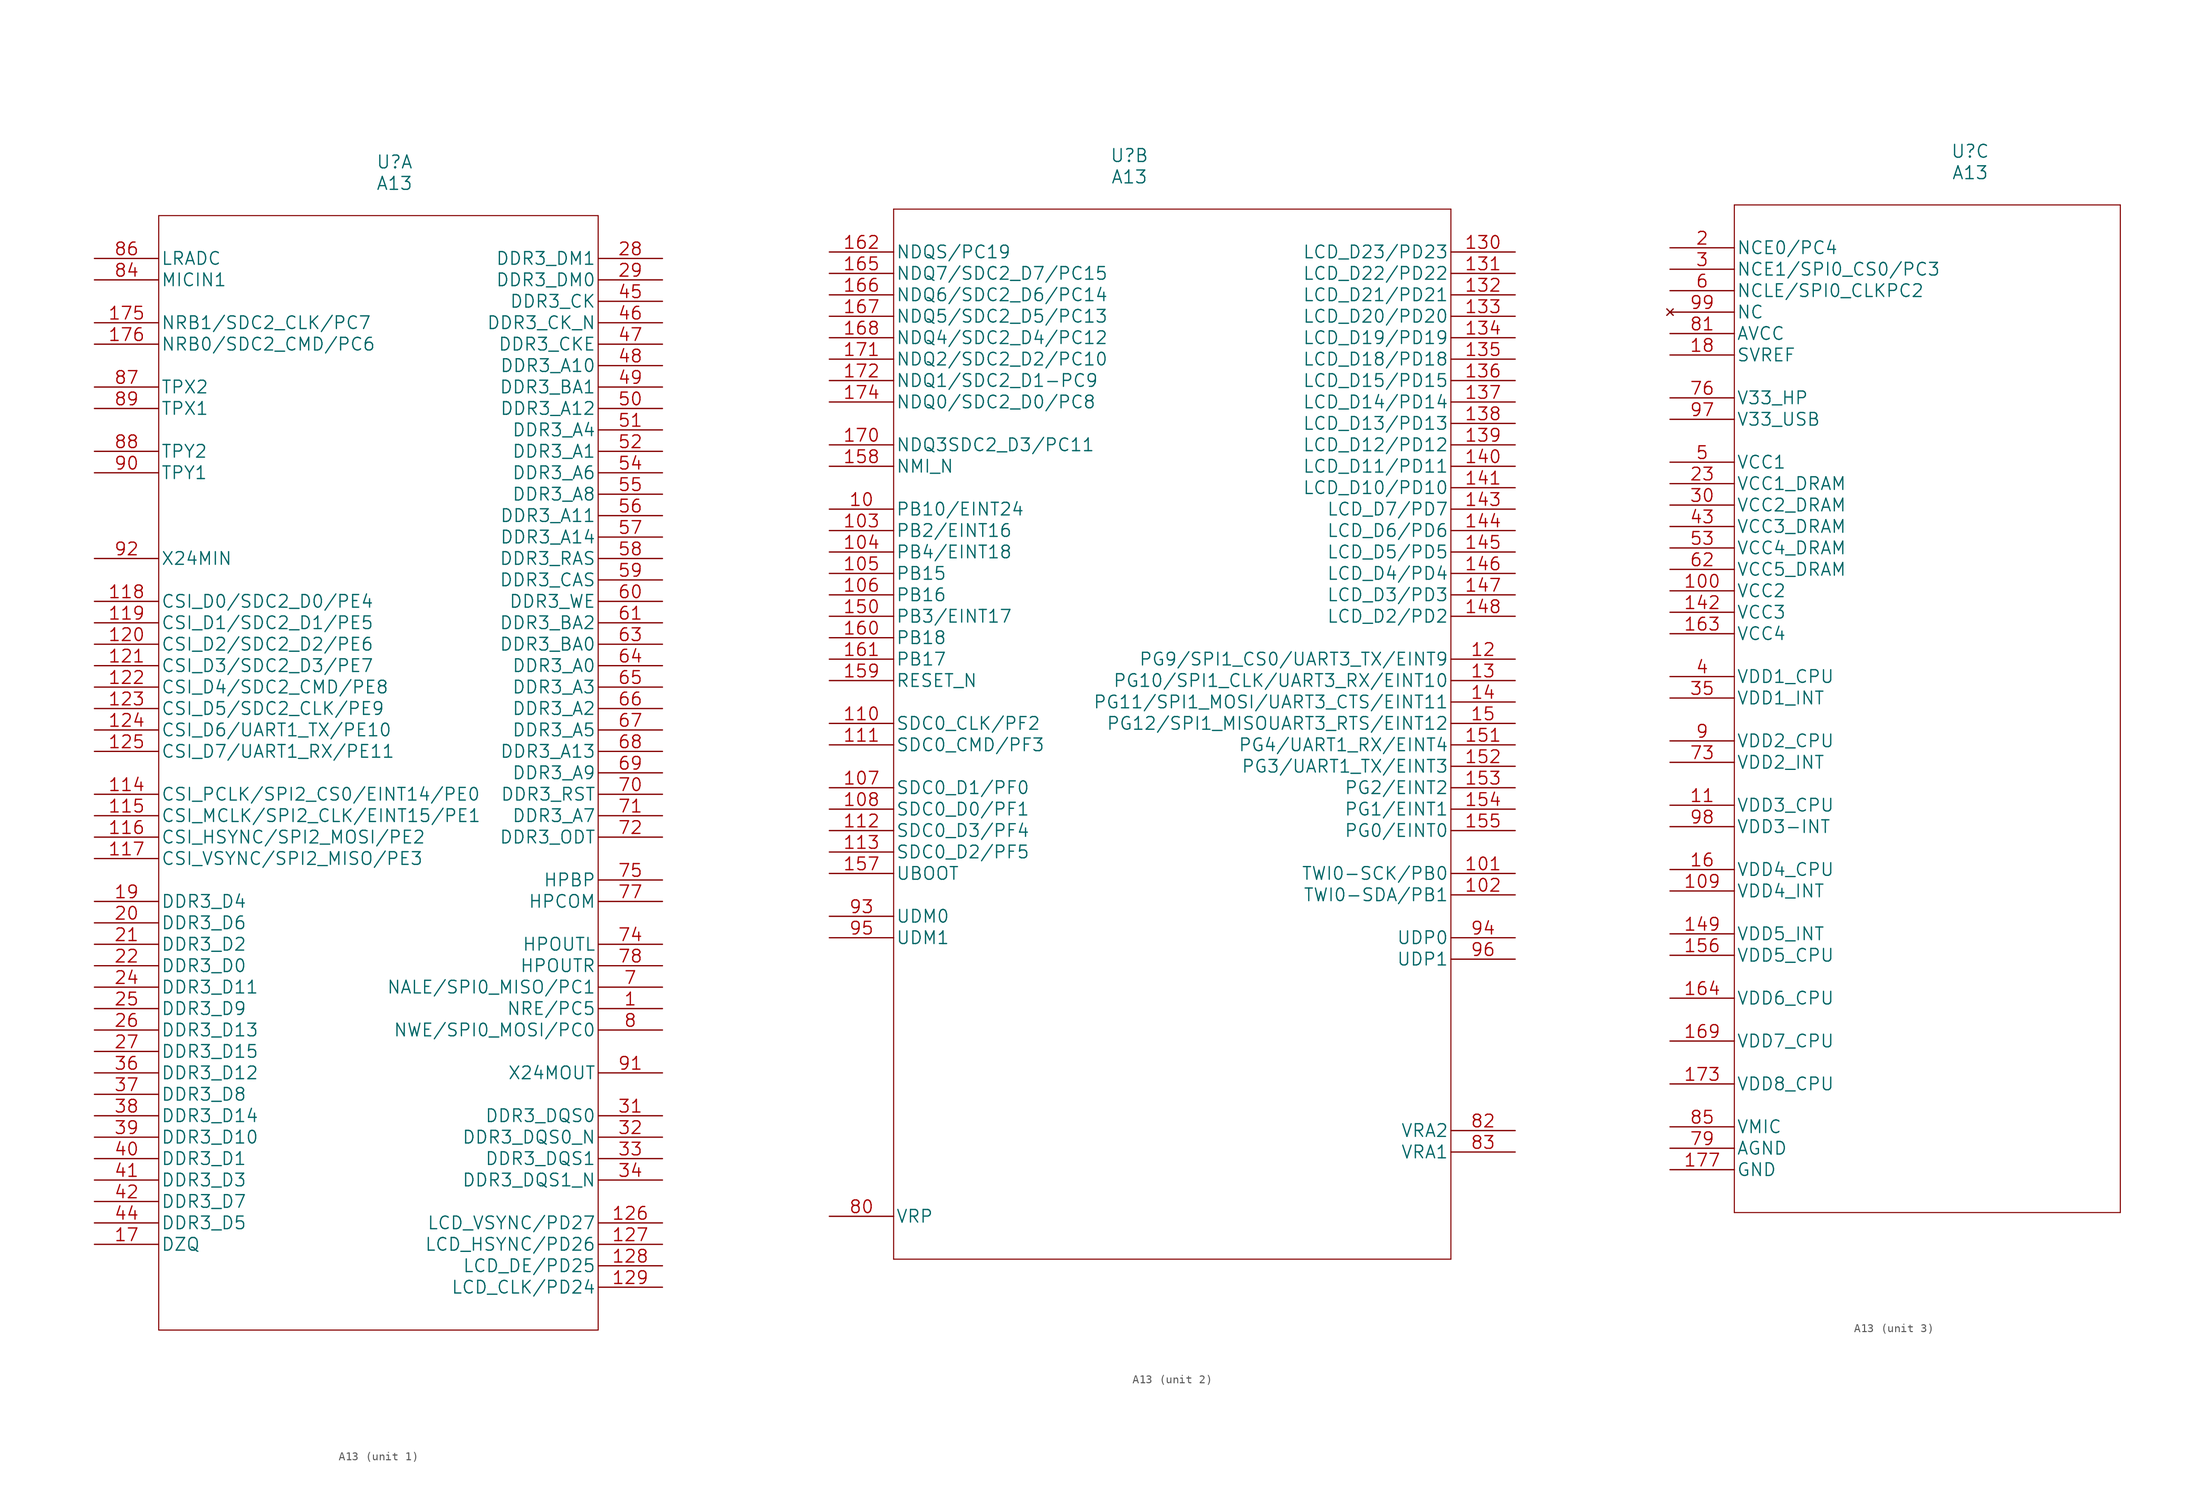
<source format=kicad_sym>
(kicad_symbol_lib
  (version 20201005)
  (generator kicad_symbol_editor)
  (symbol "a13_func:A13"
    (pin_names
      (offset 0.254))
    (property "Reference" "U"
      (at 35.56 11.43 0)
      (effects (font (size 1.524 1.524))))
    (property "Value" "A13"
      (at 35.56 8.89 0)
      (effects (font (size 1.524 1.524))))
    (property "Datasheet" ""
      (at 0 0 0)
      (effects (font (size 1.524 1.524))))
    (property "ki_locked" ""
      (at 0 0 0)
      (effects (font (size 1.27 1.27))))
    (symbol "A13_1_1"
      (polyline (pts (xy 7.62 -127) (xy 59.69 -127)) (stroke (width 0.127)) (fill (type none)))
      (polyline (pts (xy 7.62 5.08) (xy 7.62 -127)) (stroke (width 0.127)) (fill (type none)))
      (polyline (pts (xy 59.69 -127) (xy 59.69 5.08)) (stroke (width 0.127)) (fill (type none)))
      (polyline (pts (xy 59.69 5.08) (xy 7.62 5.08)) (stroke (width 0.127)) (fill (type none)))
      (pin output line (at 67.31 -88.9 180) (length 7.62) (name "NRE/PC5" (effects (font (size 1.499 1.499)))) (number "1" (effects (font (size 1.499 1.499)))))
      (pin bidirectional line (at 0 -63.5 0) (length 7.62) (name "CSI_PCLK/SPI2_CS0/EINT14/PE0" (effects (font (size 1.499 1.499)))) (number "114" (effects (font (size 1.499 1.499)))))
      (pin bidirectional line (at 0 -66.04 0) (length 7.62) (name "CSI_MCLK/SPI2_CLK/EINT15/PE1" (effects (font (size 1.499 1.499)))) (number "115" (effects (font (size 1.499 1.499)))))
      (pin bidirectional line (at 0 -68.58 0) (length 7.62) (name "CSI_HSYNC/SPI2_MOSI/PE2" (effects (font (size 1.499 1.499)))) (number "116" (effects (font (size 1.499 1.499)))))
      (pin bidirectional line (at 0 -71.12 0) (length 7.62) (name "CSI_VSYNC/SPI2_MISO/PE3" (effects (font (size 1.499 1.499)))) (number "117" (effects (font (size 1.499 1.499)))))
      (pin bidirectional line (at 0 -40.64 0) (length 7.62) (name "CSI_D0/SDC2_D0/PE4" (effects (font (size 1.499 1.499)))) (number "118" (effects (font (size 1.499 1.499)))))
      (pin bidirectional line (at 0 -43.18 0) (length 7.62) (name "CSI_D1/SDC2_D1/PE5" (effects (font (size 1.499 1.499)))) (number "119" (effects (font (size 1.499 1.499)))))
      (pin bidirectional line (at 0 -45.72 0) (length 7.62) (name "CSI_D2/SDC2_D2/PE6" (effects (font (size 1.499 1.499)))) (number "120" (effects (font (size 1.499 1.499)))))
      (pin bidirectional line (at 0 -48.26 0) (length 7.62) (name "CSI_D3/SDC2_D3/PE7" (effects (font (size 1.499 1.499)))) (number "121" (effects (font (size 1.499 1.499)))))
      (pin bidirectional line (at 0 -50.8 0) (length 7.62) (name "CSI_D4/SDC2_CMD/PE8" (effects (font (size 1.499 1.499)))) (number "122" (effects (font (size 1.499 1.499)))))
      (pin bidirectional line (at 0 -53.34 0) (length 7.62) (name "CSI_D5/SDC2_CLK/PE9" (effects (font (size 1.499 1.499)))) (number "123" (effects (font (size 1.499 1.499)))))
      (pin bidirectional line (at 0 -55.88 0) (length 7.62) (name "CSI_D6/UART1_TX/PE10" (effects (font (size 1.499 1.499)))) (number "124" (effects (font (size 1.499 1.499)))))
      (pin bidirectional line (at 0 -58.42 0) (length 7.62) (name "CSI_D7/UART1_RX/PE11" (effects (font (size 1.499 1.499)))) (number "125" (effects (font (size 1.499 1.499)))))
      (pin bidirectional line (at 67.31 -114.3 180) (length 7.62) (name "LCD_VSYNC/PD27" (effects (font (size 1.499 1.499)))) (number "126" (effects (font (size 1.499 1.499)))))
      (pin bidirectional line (at 67.31 -116.84 180) (length 7.62) (name "LCD_HSYNC/PD26" (effects (font (size 1.499 1.499)))) (number "127" (effects (font (size 1.499 1.499)))))
      (pin bidirectional line (at 67.31 -119.38 180) (length 7.62) (name "LCD_DE/PD25" (effects (font (size 1.499 1.499)))) (number "128" (effects (font (size 1.499 1.499)))))
      (pin bidirectional line (at 67.31 -121.92 180) (length 7.62) (name "LCD_CLK/PD24" (effects (font (size 1.499 1.499)))) (number "129" (effects (font (size 1.499 1.499)))))
      (pin unspecified line (at 0 -116.84 0) (length 7.62) (name "DZQ" (effects (font (size 1.499 1.499)))) (number "17" (effects (font (size 1.499 1.499)))))
      (pin input line (at 0 -7.62 0) (length 7.62) (name "NRB1/SDC2_CLK/PC7" (effects (font (size 1.499 1.499)))) (number "175" (effects (font (size 1.499 1.499)))))
      (pin input line (at 0 -10.16 0) (length 7.62) (name "NRB0/SDC2_CMD/PC6" (effects (font (size 1.499 1.499)))) (number "176" (effects (font (size 1.499 1.499)))))
      (pin bidirectional line (at 0 -76.2 0) (length 7.62) (name "DDR3_D4" (effects (font (size 1.499 1.499)))) (number "19" (effects (font (size 1.499 1.499)))))
      (pin bidirectional line (at 0 -78.74 0) (length 7.62) (name "DDR3_D6" (effects (font (size 1.499 1.499)))) (number "20" (effects (font (size 1.499 1.499)))))
      (pin bidirectional line (at 0 -81.28 0) (length 7.62) (name "DDR3_D2" (effects (font (size 1.499 1.499)))) (number "21" (effects (font (size 1.499 1.499)))))
      (pin bidirectional line (at 0 -83.82 0) (length 7.62) (name "DDR3_D0" (effects (font (size 1.499 1.499)))) (number "22" (effects (font (size 1.499 1.499)))))
      (pin bidirectional line (at 0 -86.36 0) (length 7.62) (name "DDR3_D11" (effects (font (size 1.499 1.499)))) (number "24" (effects (font (size 1.499 1.499)))))
      (pin bidirectional line (at 0 -88.9 0) (length 7.62) (name "DDR3_D9" (effects (font (size 1.499 1.499)))) (number "25" (effects (font (size 1.499 1.499)))))
      (pin bidirectional line (at 0 -91.44 0) (length 7.62) (name "DDR3_D13" (effects (font (size 1.499 1.499)))) (number "26" (effects (font (size 1.499 1.499)))))
      (pin bidirectional line (at 0 -93.98 0) (length 7.62) (name "DDR3_D15" (effects (font (size 1.499 1.499)))) (number "27" (effects (font (size 1.499 1.499)))))
      (pin output line (at 67.31 0 180) (length 7.62) (name "DDR3_DM1" (effects (font (size 1.499 1.499)))) (number "28" (effects (font (size 1.499 1.499)))))
      (pin output line (at 67.31 -2.54 180) (length 7.62) (name "DDR3_DM0" (effects (font (size 1.499 1.499)))) (number "29" (effects (font (size 1.499 1.499)))))
      (pin bidirectional line (at 67.31 -101.6 180) (length 7.62) (name "DDR3_DQS0" (effects (font (size 1.499 1.499)))) (number "31" (effects (font (size 1.499 1.499)))))
      (pin bidirectional line (at 67.31 -104.14 180) (length 7.62) (name "DDR3_DQS0_N" (effects (font (size 1.499 1.499)))) (number "32" (effects (font (size 1.499 1.499)))))
      (pin bidirectional line (at 67.31 -106.68 180) (length 7.62) (name "DDR3_DQS1" (effects (font (size 1.499 1.499)))) (number "33" (effects (font (size 1.499 1.499)))))
      (pin bidirectional line (at 67.31 -109.22 180) (length 7.62) (name "DDR3_DQS1_N" (effects (font (size 1.499 1.499)))) (number "34" (effects (font (size 1.499 1.499)))))
      (pin bidirectional line (at 0 -96.52 0) (length 7.62) (name "DDR3_D12" (effects (font (size 1.499 1.499)))) (number "36" (effects (font (size 1.499 1.499)))))
      (pin bidirectional line (at 0 -99.06 0) (length 7.62) (name "DDR3_D8" (effects (font (size 1.499 1.499)))) (number "37" (effects (font (size 1.499 1.499)))))
      (pin bidirectional line (at 0 -101.6 0) (length 7.62) (name "DDR3_D14" (effects (font (size 1.499 1.499)))) (number "38" (effects (font (size 1.499 1.499)))))
      (pin bidirectional line (at 0 -104.14 0) (length 7.62) (name "DDR3_D10" (effects (font (size 1.499 1.499)))) (number "39" (effects (font (size 1.499 1.499)))))
      (pin bidirectional line (at 0 -106.68 0) (length 7.62) (name "DDR3_D1" (effects (font (size 1.499 1.499)))) (number "40" (effects (font (size 1.499 1.499)))))
      (pin bidirectional line (at 0 -109.22 0) (length 7.62) (name "DDR3_D3" (effects (font (size 1.499 1.499)))) (number "41" (effects (font (size 1.499 1.499)))))
      (pin bidirectional line (at 0 -111.76 0) (length 7.62) (name "DDR3_D7" (effects (font (size 1.499 1.499)))) (number "42" (effects (font (size 1.499 1.499)))))
      (pin bidirectional line (at 0 -114.3 0) (length 7.62) (name "DDR3_D5" (effects (font (size 1.499 1.499)))) (number "44" (effects (font (size 1.499 1.499)))))
      (pin output line (at 67.31 -5.08 180) (length 7.62) (name "DDR3_CK" (effects (font (size 1.499 1.499)))) (number "45" (effects (font (size 1.499 1.499)))))
      (pin output line (at 67.31 -7.62 180) (length 7.62) (name "DDR3_CK_N" (effects (font (size 1.499 1.499)))) (number "46" (effects (font (size 1.499 1.499)))))
      (pin output line (at 67.31 -10.16 180) (length 7.62) (name "DDR3_CKE" (effects (font (size 1.499 1.499)))) (number "47" (effects (font (size 1.499 1.499)))))
      (pin output line (at 67.31 -12.7 180) (length 7.62) (name "DDR3_A10" (effects (font (size 1.499 1.499)))) (number "48" (effects (font (size 1.499 1.499)))))
      (pin output line (at 67.31 -15.24 180) (length 7.62) (name "DDR3_BA1" (effects (font (size 1.499 1.499)))) (number "49" (effects (font (size 1.499 1.499)))))
      (pin output line (at 67.31 -17.78 180) (length 7.62) (name "DDR3_A12" (effects (font (size 1.499 1.499)))) (number "50" (effects (font (size 1.499 1.499)))))
      (pin output line (at 67.31 -20.32 180) (length 7.62) (name "DDR3_A4" (effects (font (size 1.499 1.499)))) (number "51" (effects (font (size 1.499 1.499)))))
      (pin output line (at 67.31 -22.86 180) (length 7.62) (name "DDR3_A1" (effects (font (size 1.499 1.499)))) (number "52" (effects (font (size 1.499 1.499)))))
      (pin output line (at 67.31 -25.4 180) (length 7.62) (name "DDR3_A6" (effects (font (size 1.499 1.499)))) (number "54" (effects (font (size 1.499 1.499)))))
      (pin output line (at 67.31 -27.94 180) (length 7.62) (name "DDR3_A8" (effects (font (size 1.499 1.499)))) (number "55" (effects (font (size 1.499 1.499)))))
      (pin output line (at 67.31 -30.48 180) (length 7.62) (name "DDR3_A11" (effects (font (size 1.499 1.499)))) (number "56" (effects (font (size 1.499 1.499)))))
      (pin output line (at 67.31 -33.02 180) (length 7.62) (name "DDR3_A14" (effects (font (size 1.499 1.499)))) (number "57" (effects (font (size 1.499 1.499)))))
      (pin output line (at 67.31 -35.56 180) (length 7.62) (name "DDR3_RAS" (effects (font (size 1.499 1.499)))) (number "58" (effects (font (size 1.499 1.499)))))
      (pin output line (at 67.31 -38.1 180) (length 7.62) (name "DDR3_CAS" (effects (font (size 1.499 1.499)))) (number "59" (effects (font (size 1.499 1.499)))))
      (pin output line (at 67.31 -40.64 180) (length 7.62) (name "DDR3_WE" (effects (font (size 1.499 1.499)))) (number "60" (effects (font (size 1.499 1.499)))))
      (pin output line (at 67.31 -43.18 180) (length 7.62) (name "DDR3_BA2" (effects (font (size 1.499 1.499)))) (number "61" (effects (font (size 1.499 1.499)))))
      (pin output line (at 67.31 -45.72 180) (length 7.62) (name "DDR3_BA0" (effects (font (size 1.499 1.499)))) (number "63" (effects (font (size 1.499 1.499)))))
      (pin output line (at 67.31 -48.26 180) (length 7.62) (name "DDR3_A0" (effects (font (size 1.499 1.499)))) (number "64" (effects (font (size 1.499 1.499)))))
      (pin output line (at 67.31 -50.8 180) (length 7.62) (name "DDR3_A3" (effects (font (size 1.499 1.499)))) (number "65" (effects (font (size 1.499 1.499)))))
      (pin output line (at 67.31 -53.34 180) (length 7.62) (name "DDR3_A2" (effects (font (size 1.499 1.499)))) (number "66" (effects (font (size 1.499 1.499)))))
      (pin output line (at 67.31 -55.88 180) (length 7.62) (name "DDR3_A5" (effects (font (size 1.499 1.499)))) (number "67" (effects (font (size 1.499 1.499)))))
      (pin output line (at 67.31 -58.42 180) (length 7.62) (name "DDR3_A13" (effects (font (size 1.499 1.499)))) (number "68" (effects (font (size 1.499 1.499)))))
      (pin output line (at 67.31 -60.96 180) (length 7.62) (name "DDR3_A9" (effects (font (size 1.499 1.499)))) (number "69" (effects (font (size 1.499 1.499)))))
      (pin output line (at 67.31 -86.36 180) (length 7.62) (name "NALE/SPI0_MISO/PC1" (effects (font (size 1.499 1.499)))) (number "7" (effects (font (size 1.499 1.499)))))
      (pin output line (at 67.31 -63.5 180) (length 7.62) (name "DDR3_RST" (effects (font (size 1.499 1.499)))) (number "70" (effects (font (size 1.499 1.499)))))
      (pin output line (at 67.31 -66.04 180) (length 7.62) (name "DDR3_A7" (effects (font (size 1.499 1.499)))) (number "71" (effects (font (size 1.499 1.499)))))
      (pin output line (at 67.31 -68.58 180) (length 7.62) (name "DDR3_ODT" (effects (font (size 1.499 1.499)))) (number "72" (effects (font (size 1.499 1.499)))))
      (pin output line (at 67.31 -81.28 180) (length 7.62) (name "HPOUTL" (effects (font (size 1.499 1.499)))) (number "74" (effects (font (size 1.499 1.499)))))
      (pin output line (at 67.31 -73.66 180) (length 7.62) (name "HPBP" (effects (font (size 1.499 1.499)))) (number "75" (effects (font (size 1.499 1.499)))))
      (pin output line (at 67.31 -76.2 180) (length 7.62) (name "HPCOM" (effects (font (size 1.499 1.499)))) (number "77" (effects (font (size 1.499 1.499)))))
      (pin output line (at 67.31 -83.82 180) (length 7.62) (name "HPOUTR" (effects (font (size 1.499 1.499)))) (number "78" (effects (font (size 1.499 1.499)))))
      (pin output line (at 67.31 -91.44 180) (length 7.62) (name "NWE/SPI0_MOSI/PC0" (effects (font (size 1.499 1.499)))) (number "8" (effects (font (size 1.499 1.499)))))
      (pin input line (at 0 -2.54 0) (length 7.62) (name "MICIN1" (effects (font (size 1.499 1.499)))) (number "84" (effects (font (size 1.499 1.499)))))
      (pin input line (at 0 0 0) (length 7.62) (name "LRADC" (effects (font (size 1.499 1.499)))) (number "86" (effects (font (size 1.499 1.499)))))
      (pin input line (at 0 -15.24 0) (length 7.62) (name "TPX2" (effects (font (size 1.499 1.499)))) (number "87" (effects (font (size 1.499 1.499)))))
      (pin input line (at 0 -22.86 0) (length 7.62) (name "TPY2" (effects (font (size 1.499 1.499)))) (number "88" (effects (font (size 1.499 1.499)))))
      (pin input line (at 0 -17.78 0) (length 7.62) (name "TPX1" (effects (font (size 1.499 1.499)))) (number "89" (effects (font (size 1.499 1.499)))))
      (pin input line (at 0 -25.4 0) (length 7.62) (name "TPY1" (effects (font (size 1.499 1.499)))) (number "90" (effects (font (size 1.499 1.499)))))
      (pin output line (at 67.31 -96.52 180) (length 7.62) (name "X24MOUT" (effects (font (size 1.499 1.499)))) (number "91" (effects (font (size 1.499 1.499)))))
      (pin input line (at 0 -35.56 0) (length 7.62) (name "X24MIN" (effects (font (size 1.499 1.499)))) (number "92" (effects (font (size 1.499 1.499))))))
    (symbol "A13_2_1"
      (polyline (pts (xy 7.62 -119.38) (xy 73.66 -119.38)) (stroke (width 0.127)) (fill (type none)))
      (polyline (pts (xy 7.62 5.08) (xy 7.62 -119.38)) (stroke (width 0.127)) (fill (type none)))
      (polyline (pts (xy 73.66 -119.38) (xy 73.66 5.08)) (stroke (width 0.127)) (fill (type none)))
      (polyline (pts (xy 73.66 5.08) (xy 7.62 5.08)) (stroke (width 0.127)) (fill (type none)))
      (pin bidirectional line (at 0 -30.48 0) (length 7.62) (name "PB10/EINT24" (effects (font (size 1.499 1.499)))) (number "10" (effects (font (size 1.499 1.499)))))
      (pin bidirectional line (at 81.28 -73.66 180) (length 7.62) (name "TWI0-SCK/PB0" (effects (font (size 1.499 1.499)))) (number "101" (effects (font (size 1.499 1.499)))))
      (pin bidirectional line (at 81.28 -76.2 180) (length 7.62) (name "TWI0-SDA/PB1" (effects (font (size 1.499 1.499)))) (number "102" (effects (font (size 1.499 1.499)))))
      (pin bidirectional line (at 0 -33.02 0) (length 7.62) (name "PB2/EINT16" (effects (font (size 1.499 1.499)))) (number "103" (effects (font (size 1.499 1.499)))))
      (pin bidirectional line (at 0 -35.56 0) (length 7.62) (name "PB4/EINT18" (effects (font (size 1.499 1.499)))) (number "104" (effects (font (size 1.499 1.499)))))
      (pin bidirectional line (at 0 -38.1 0) (length 7.62) (name "PB15" (effects (font (size 1.499 1.499)))) (number "105" (effects (font (size 1.499 1.499)))))
      (pin bidirectional line (at 0 -40.64 0) (length 7.62) (name "PB16" (effects (font (size 1.499 1.499)))) (number "106" (effects (font (size 1.499 1.499)))))
      (pin bidirectional line (at 0 -63.5 0) (length 7.62) (name "SDC0_D1/PF0" (effects (font (size 1.499 1.499)))) (number "107" (effects (font (size 1.499 1.499)))))
      (pin bidirectional line (at 0 -66.04 0) (length 7.62) (name "SDC0_D0/PF1" (effects (font (size 1.499 1.499)))) (number "108" (effects (font (size 1.499 1.499)))))
      (pin bidirectional line (at 0 -55.88 0) (length 7.62) (name "SDC0_CLK/PF2" (effects (font (size 1.499 1.499)))) (number "110" (effects (font (size 1.499 1.499)))))
      (pin bidirectional line (at 0 -58.42 0) (length 7.62) (name "SDC0_CMD/PF3" (effects (font (size 1.499 1.499)))) (number "111" (effects (font (size 1.499 1.499)))))
      (pin bidirectional line (at 0 -68.58 0) (length 7.62) (name "SDC0_D3/PF4" (effects (font (size 1.499 1.499)))) (number "112" (effects (font (size 1.499 1.499)))))
      (pin bidirectional line (at 0 -71.12 0) (length 7.62) (name "SDC0_D2/PF5" (effects (font (size 1.499 1.499)))) (number "113" (effects (font (size 1.499 1.499)))))
      (pin bidirectional line (at 81.28 -48.26 180) (length 7.62) (name "PG9/SPI1_CS0/UART3_TX/EINT9" (effects (font (size 1.499 1.499)))) (number "12" (effects (font (size 1.499 1.499)))))
      (pin bidirectional line (at 81.28 -50.8 180) (length 7.62) (name "PG10/SPI1_CLK/UART3_RX/EINT10" (effects (font (size 1.499 1.499)))) (number "13" (effects (font (size 1.499 1.499)))))
      (pin bidirectional line (at 81.28 0 180) (length 7.62) (name "LCD_D23/PD23" (effects (font (size 1.499 1.499)))) (number "130" (effects (font (size 1.499 1.499)))))
      (pin bidirectional line (at 81.28 -2.54 180) (length 7.62) (name "LCD_D22/PD22" (effects (font (size 1.499 1.499)))) (number "131" (effects (font (size 1.499 1.499)))))
      (pin bidirectional line (at 81.28 -5.08 180) (length 7.62) (name "LCD_D21/PD21" (effects (font (size 1.499 1.499)))) (number "132" (effects (font (size 1.499 1.499)))))
      (pin bidirectional line (at 81.28 -7.62 180) (length 7.62) (name "LCD_D20/PD20" (effects (font (size 1.499 1.499)))) (number "133" (effects (font (size 1.499 1.499)))))
      (pin bidirectional line (at 81.28 -10.16 180) (length 7.62) (name "LCD_D19/PD19" (effects (font (size 1.499 1.499)))) (number "134" (effects (font (size 1.499 1.499)))))
      (pin bidirectional line (at 81.28 -12.7 180) (length 7.62) (name "LCD_D18/PD18" (effects (font (size 1.499 1.499)))) (number "135" (effects (font (size 1.499 1.499)))))
      (pin bidirectional line (at 81.28 -15.24 180) (length 7.62) (name "LCD_D15/PD15" (effects (font (size 1.499 1.499)))) (number "136" (effects (font (size 1.499 1.499)))))
      (pin bidirectional line (at 81.28 -17.78 180) (length 7.62) (name "LCD_D14/PD14" (effects (font (size 1.499 1.499)))) (number "137" (effects (font (size 1.499 1.499)))))
      (pin bidirectional line (at 81.28 -20.32 180) (length 7.62) (name "LCD_D13/PD13" (effects (font (size 1.499 1.499)))) (number "138" (effects (font (size 1.499 1.499)))))
      (pin bidirectional line (at 81.28 -22.86 180) (length 7.62) (name "LCD_D12/PD12" (effects (font (size 1.499 1.499)))) (number "139" (effects (font (size 1.499 1.499)))))
      (pin bidirectional line (at 81.28 -53.34 180) (length 7.62) (name "PG11/SPI1_MOSI/UART3_CTS/EINT11" (effects (font (size 1.499 1.499)))) (number "14" (effects (font (size 1.499 1.499)))))
      (pin bidirectional line (at 81.28 -25.4 180) (length 7.62) (name "LCD_D11/PD11" (effects (font (size 1.499 1.499)))) (number "140" (effects (font (size 1.499 1.499)))))
      (pin bidirectional line (at 81.28 -27.94 180) (length 7.62) (name "LCD_D10/PD10" (effects (font (size 1.499 1.499)))) (number "141" (effects (font (size 1.499 1.499)))))
      (pin bidirectional line (at 81.28 -30.48 180) (length 7.62) (name "LCD_D7/PD7" (effects (font (size 1.499 1.499)))) (number "143" (effects (font (size 1.499 1.499)))))
      (pin bidirectional line (at 81.28 -33.02 180) (length 7.62) (name "LCD_D6/PD6" (effects (font (size 1.499 1.499)))) (number "144" (effects (font (size 1.499 1.499)))))
      (pin bidirectional line (at 81.28 -35.56 180) (length 7.62) (name "LCD_D5/PD5" (effects (font (size 1.499 1.499)))) (number "145" (effects (font (size 1.499 1.499)))))
      (pin bidirectional line (at 81.28 -38.1 180) (length 7.62) (name "LCD_D4/PD4" (effects (font (size 1.499 1.499)))) (number "146" (effects (font (size 1.499 1.499)))))
      (pin bidirectional line (at 81.28 -40.64 180) (length 7.62) (name "LCD_D3/PD3" (effects (font (size 1.499 1.499)))) (number "147" (effects (font (size 1.499 1.499)))))
      (pin bidirectional line (at 81.28 -43.18 180) (length 7.62) (name "LCD_D2/PD2" (effects (font (size 1.499 1.499)))) (number "148" (effects (font (size 1.499 1.499)))))
      (pin bidirectional line (at 81.28 -55.88 180) (length 7.62) (name "PG12/SPI1_MISOUART3_RTS/EINT12" (effects (font (size 1.499 1.499)))) (number "15" (effects (font (size 1.499 1.499)))))
      (pin bidirectional line (at 0 -43.18 0) (length 7.62) (name "PB3/EINT17" (effects (font (size 1.499 1.499)))) (number "150" (effects (font (size 1.499 1.499)))))
      (pin bidirectional line (at 81.28 -58.42 180) (length 7.62) (name "PG4/UART1_RX/EINT4" (effects (font (size 1.499 1.499)))) (number "151" (effects (font (size 1.499 1.499)))))
      (pin bidirectional line (at 81.28 -60.96 180) (length 7.62) (name "PG3/UART1_TX/EINT3" (effects (font (size 1.499 1.499)))) (number "152" (effects (font (size 1.499 1.499)))))
      (pin bidirectional line (at 81.28 -63.5 180) (length 7.62) (name "PG2/EINT2" (effects (font (size 1.499 1.499)))) (number "153" (effects (font (size 1.499 1.499)))))
      (pin bidirectional line (at 81.28 -66.04 180) (length 7.62) (name "PG1/EINT1" (effects (font (size 1.499 1.499)))) (number "154" (effects (font (size 1.499 1.499)))))
      (pin bidirectional line (at 81.28 -68.58 180) (length 7.62) (name "PG0/EINT0" (effects (font (size 1.499 1.499)))) (number "155" (effects (font (size 1.499 1.499)))))
      (pin bidirectional line (at 0 -73.66 0) (length 7.62) (name "UBOOT" (effects (font (size 1.499 1.499)))) (number "157" (effects (font (size 1.499 1.499)))))
      (pin unspecified line (at 0 -25.4 0) (length 7.62) (name "NMI_N" (effects (font (size 1.499 1.499)))) (number "158" (effects (font (size 1.499 1.499)))))
      (pin unspecified line (at 0 -50.8 0) (length 7.62) (name "RESET_N" (effects (font (size 1.499 1.499)))) (number "159" (effects (font (size 1.499 1.499)))))
      (pin bidirectional line (at 0 -45.72 0) (length 7.62) (name "PB18" (effects (font (size 1.499 1.499)))) (number "160" (effects (font (size 1.499 1.499)))))
      (pin bidirectional line (at 0 -48.26 0) (length 7.62) (name "PB17" (effects (font (size 1.499 1.499)))) (number "161" (effects (font (size 1.499 1.499)))))
      (pin bidirectional line (at 0 0 0) (length 7.62) (name "NDQS/PC19" (effects (font (size 1.499 1.499)))) (number "162" (effects (font (size 1.499 1.499)))))
      (pin bidirectional line (at 0 -2.54 0) (length 7.62) (name "NDQ7/SDC2_D7/PC15" (effects (font (size 1.499 1.499)))) (number "165" (effects (font (size 1.499 1.499)))))
      (pin bidirectional line (at 0 -5.08 0) (length 7.62) (name "NDQ6/SDC2_D6/PC14" (effects (font (size 1.499 1.499)))) (number "166" (effects (font (size 1.499 1.499)))))
      (pin bidirectional line (at 0 -7.62 0) (length 7.62) (name "NDQ5/SDC2_D5/PC13" (effects (font (size 1.499 1.499)))) (number "167" (effects (font (size 1.499 1.499)))))
      (pin bidirectional line (at 0 -10.16 0) (length 7.62) (name "NDQ4/SDC2_D4/PC12" (effects (font (size 1.499 1.499)))) (number "168" (effects (font (size 1.499 1.499)))))
      (pin bidirectional line (at 0 -22.86 0) (length 7.62) (name "NDQ3SDC2_D3/PC11" (effects (font (size 1.499 1.499)))) (number "170" (effects (font (size 1.499 1.499)))))
      (pin bidirectional line (at 0 -12.7 0) (length 7.62) (name "NDQ2/SDC2_D2/PC10" (effects (font (size 1.499 1.499)))) (number "171" (effects (font (size 1.499 1.499)))))
      (pin bidirectional line (at 0 -15.24 0) (length 7.62) (name "NDQ1/SDC2_D1-PC9" (effects (font (size 1.499 1.499)))) (number "172" (effects (font (size 1.499 1.499)))))
      (pin bidirectional line (at 0 -17.78 0) (length 7.62) (name "NDQ0/SDC2_D0/PC8" (effects (font (size 1.499 1.499)))) (number "174" (effects (font (size 1.499 1.499)))))
      (pin unspecified line (at 0 -114.3 0) (length 7.62) (name "VRP" (effects (font (size 1.499 1.499)))) (number "80" (effects (font (size 1.499 1.499)))))
      (pin unspecified line (at 81.28 -104.14 180) (length 7.62) (name "VRA2" (effects (font (size 1.499 1.499)))) (number "82" (effects (font (size 1.499 1.499)))))
      (pin unspecified line (at 81.28 -106.68 180) (length 7.62) (name "VRA1" (effects (font (size 1.499 1.499)))) (number "83" (effects (font (size 1.499 1.499)))))
      (pin bidirectional line (at 0 -78.74 0) (length 7.62) (name "UDM0" (effects (font (size 1.499 1.499)))) (number "93" (effects (font (size 1.499 1.499)))))
      (pin bidirectional line (at 81.28 -81.28 180) (length 7.62) (name "UDP0" (effects (font (size 1.499 1.499)))) (number "94" (effects (font (size 1.499 1.499)))))
      (pin bidirectional line (at 0 -81.28 0) (length 7.62) (name "UDM1" (effects (font (size 1.499 1.499)))) (number "95" (effects (font (size 1.499 1.499)))))
      (pin bidirectional line (at 81.28 -83.82 180) (length 7.62) (name "UDP1" (effects (font (size 1.499 1.499)))) (number "96" (effects (font (size 1.499 1.499))))))
    (symbol "A13_3_1"
      (polyline (pts (xy 7.62 -114.3) (xy 53.34 -114.3)) (stroke (width 0.127)) (fill (type none)))
      (polyline (pts (xy 7.62 5.08) (xy 7.62 -114.3)) (stroke (width 0.127)) (fill (type none)))
      (polyline (pts (xy 53.34 -114.3) (xy 53.34 5.08)) (stroke (width 0.127)) (fill (type none)))
      (polyline (pts (xy 53.34 5.08) (xy 7.62 5.08)) (stroke (width 0.127)) (fill (type none)))
      (pin power_in line (at 0 -40.64 0) (length 7.62) (name "VCC2" (effects (font (size 1.499 1.499)))) (number "100" (effects (font (size 1.499 1.499)))))
      (pin power_in line (at 0 -76.2 0) (length 7.62) (name "VDD4_INT" (effects (font (size 1.499 1.499)))) (number "109" (effects (font (size 1.499 1.499)))))
      (pin power_in line (at 0 -66.04 0) (length 7.62) (name "VDD3_CPU" (effects (font (size 1.499 1.499)))) (number "11" (effects (font (size 1.499 1.499)))))
      (pin power_in line (at 0 -43.18 0) (length 7.62) (name "VCC3" (effects (font (size 1.499 1.499)))) (number "142" (effects (font (size 1.499 1.499)))))
      (pin power_in line (at 0 -81.28 0) (length 7.62) (name "VDD5_INT" (effects (font (size 1.499 1.499)))) (number "149" (effects (font (size 1.499 1.499)))))
      (pin power_in line (at 0 -83.82 0) (length 7.62) (name "VDD5_CPU" (effects (font (size 1.499 1.499)))) (number "156" (effects (font (size 1.499 1.499)))))
      (pin power_in line (at 0 -73.66 0) (length 7.62) (name "VDD4_CPU" (effects (font (size 1.499 1.499)))) (number "16" (effects (font (size 1.499 1.499)))))
      (pin power_in line (at 0 -45.72 0) (length 7.62) (name "VCC4" (effects (font (size 1.499 1.499)))) (number "163" (effects (font (size 1.499 1.499)))))
      (pin power_in line (at 0 -88.9 0) (length 7.62) (name "VDD6_CPU" (effects (font (size 1.499 1.499)))) (number "164" (effects (font (size 1.499 1.499)))))
      (pin power_in line (at 0 -93.98 0) (length 7.62) (name "VDD7_CPU" (effects (font (size 1.499 1.499)))) (number "169" (effects (font (size 1.499 1.499)))))
      (pin power_in line (at 0 -99.06 0) (length 7.62) (name "VDD8_CPU" (effects (font (size 1.499 1.499)))) (number "173" (effects (font (size 1.499 1.499)))))
      (pin power_in line (at 0 -109.22 0) (length 7.62) (name "GND" (effects (font (size 1.499 1.499)))) (number "177" (effects (font (size 1.499 1.499)))))
      (pin power_in line (at 0 -12.7 0) (length 7.62) (name "SVREF" (effects (font (size 1.499 1.499)))) (number "18" (effects (font (size 1.499 1.499)))))
      (pin output line (at 0 0 0) (length 7.62) (name "NCE0/PC4" (effects (font (size 1.499 1.499)))) (number "2" (effects (font (size 1.499 1.499)))))
      (pin power_in line (at 0 -27.94 0) (length 7.62) (name "VCC1_DRAM" (effects (font (size 1.499 1.499)))) (number "23" (effects (font (size 1.499 1.499)))))
      (pin output line (at 0 -2.54 0) (length 7.62) (name "NCE1/SPI0_CS0/PC3" (effects (font (size 1.499 1.499)))) (number "3" (effects (font (size 1.499 1.499)))))
      (pin power_in line (at 0 -30.48 0) (length 7.62) (name "VCC2_DRAM" (effects (font (size 1.499 1.499)))) (number "30" (effects (font (size 1.499 1.499)))))
      (pin power_in line (at 0 -53.34 0) (length 7.62) (name "VDD1_INT" (effects (font (size 1.499 1.499)))) (number "35" (effects (font (size 1.499 1.499)))))
      (pin power_in line (at 0 -50.8 0) (length 7.62) (name "VDD1_CPU" (effects (font (size 1.499 1.499)))) (number "4" (effects (font (size 1.499 1.499)))))
      (pin power_in line (at 0 -33.02 0) (length 7.62) (name "VCC3_DRAM" (effects (font (size 1.499 1.499)))) (number "43" (effects (font (size 1.499 1.499)))))
      (pin power_in line (at 0 -25.4 0) (length 7.62) (name "VCC1" (effects (font (size 1.499 1.499)))) (number "5" (effects (font (size 1.499 1.499)))))
      (pin power_in line (at 0 -35.56 0) (length 7.62) (name "VCC4_DRAM" (effects (font (size 1.499 1.499)))) (number "53" (effects (font (size 1.499 1.499)))))
      (pin output line (at 0 -5.08 0) (length 7.62) (name "NCLE/SPI0_CLKPC2" (effects (font (size 1.499 1.499)))) (number "6" (effects (font (size 1.499 1.499)))))
      (pin power_in line (at 0 -38.1 0) (length 7.62) (name "VCC5_DRAM" (effects (font (size 1.499 1.499)))) (number "62" (effects (font (size 1.499 1.499)))))
      (pin power_in line (at 0 -60.96 0) (length 7.62) (name "VDD2_INT" (effects (font (size 1.499 1.499)))) (number "73" (effects (font (size 1.499 1.499)))))
      (pin power_in line (at 0 -17.78 0) (length 7.62) (name "V33_HP" (effects (font (size 1.499 1.499)))) (number "76" (effects (font (size 1.499 1.499)))))
      (pin power_in line (at 0 -106.68 0) (length 7.62) (name "AGND" (effects (font (size 1.499 1.499)))) (number "79" (effects (font (size 1.499 1.499)))))
      (pin power_in line (at 0 -10.16 0) (length 7.62) (name "AVCC" (effects (font (size 1.499 1.499)))) (number "81" (effects (font (size 1.499 1.499)))))
      (pin power_in line (at 0 -104.14 0) (length 7.62) (name "VMIC" (effects (font (size 1.499 1.499)))) (number "85" (effects (font (size 1.499 1.499)))))
      (pin power_in line (at 0 -58.42 0) (length 7.62) (name "VDD2_CPU" (effects (font (size 1.499 1.499)))) (number "9" (effects (font (size 1.499 1.499)))))
      (pin power_in line (at 0 -20.32 0) (length 7.62) (name "V33_USB" (effects (font (size 1.499 1.499)))) (number "97" (effects (font (size 1.499 1.499)))))
      (pin power_in line (at 0 -68.58 0) (length 7.62) (name "VDD3-INT" (effects (font (size 1.499 1.499)))) (number "98" (effects (font (size 1.499 1.499)))))
      (pin no_connect line (at 0 -7.62 0) (length 7.62) (name "NC" (effects (font (size 1.499 1.499)))) (number "99" (effects (font (size 1.499 1.499))))))))
</source>
